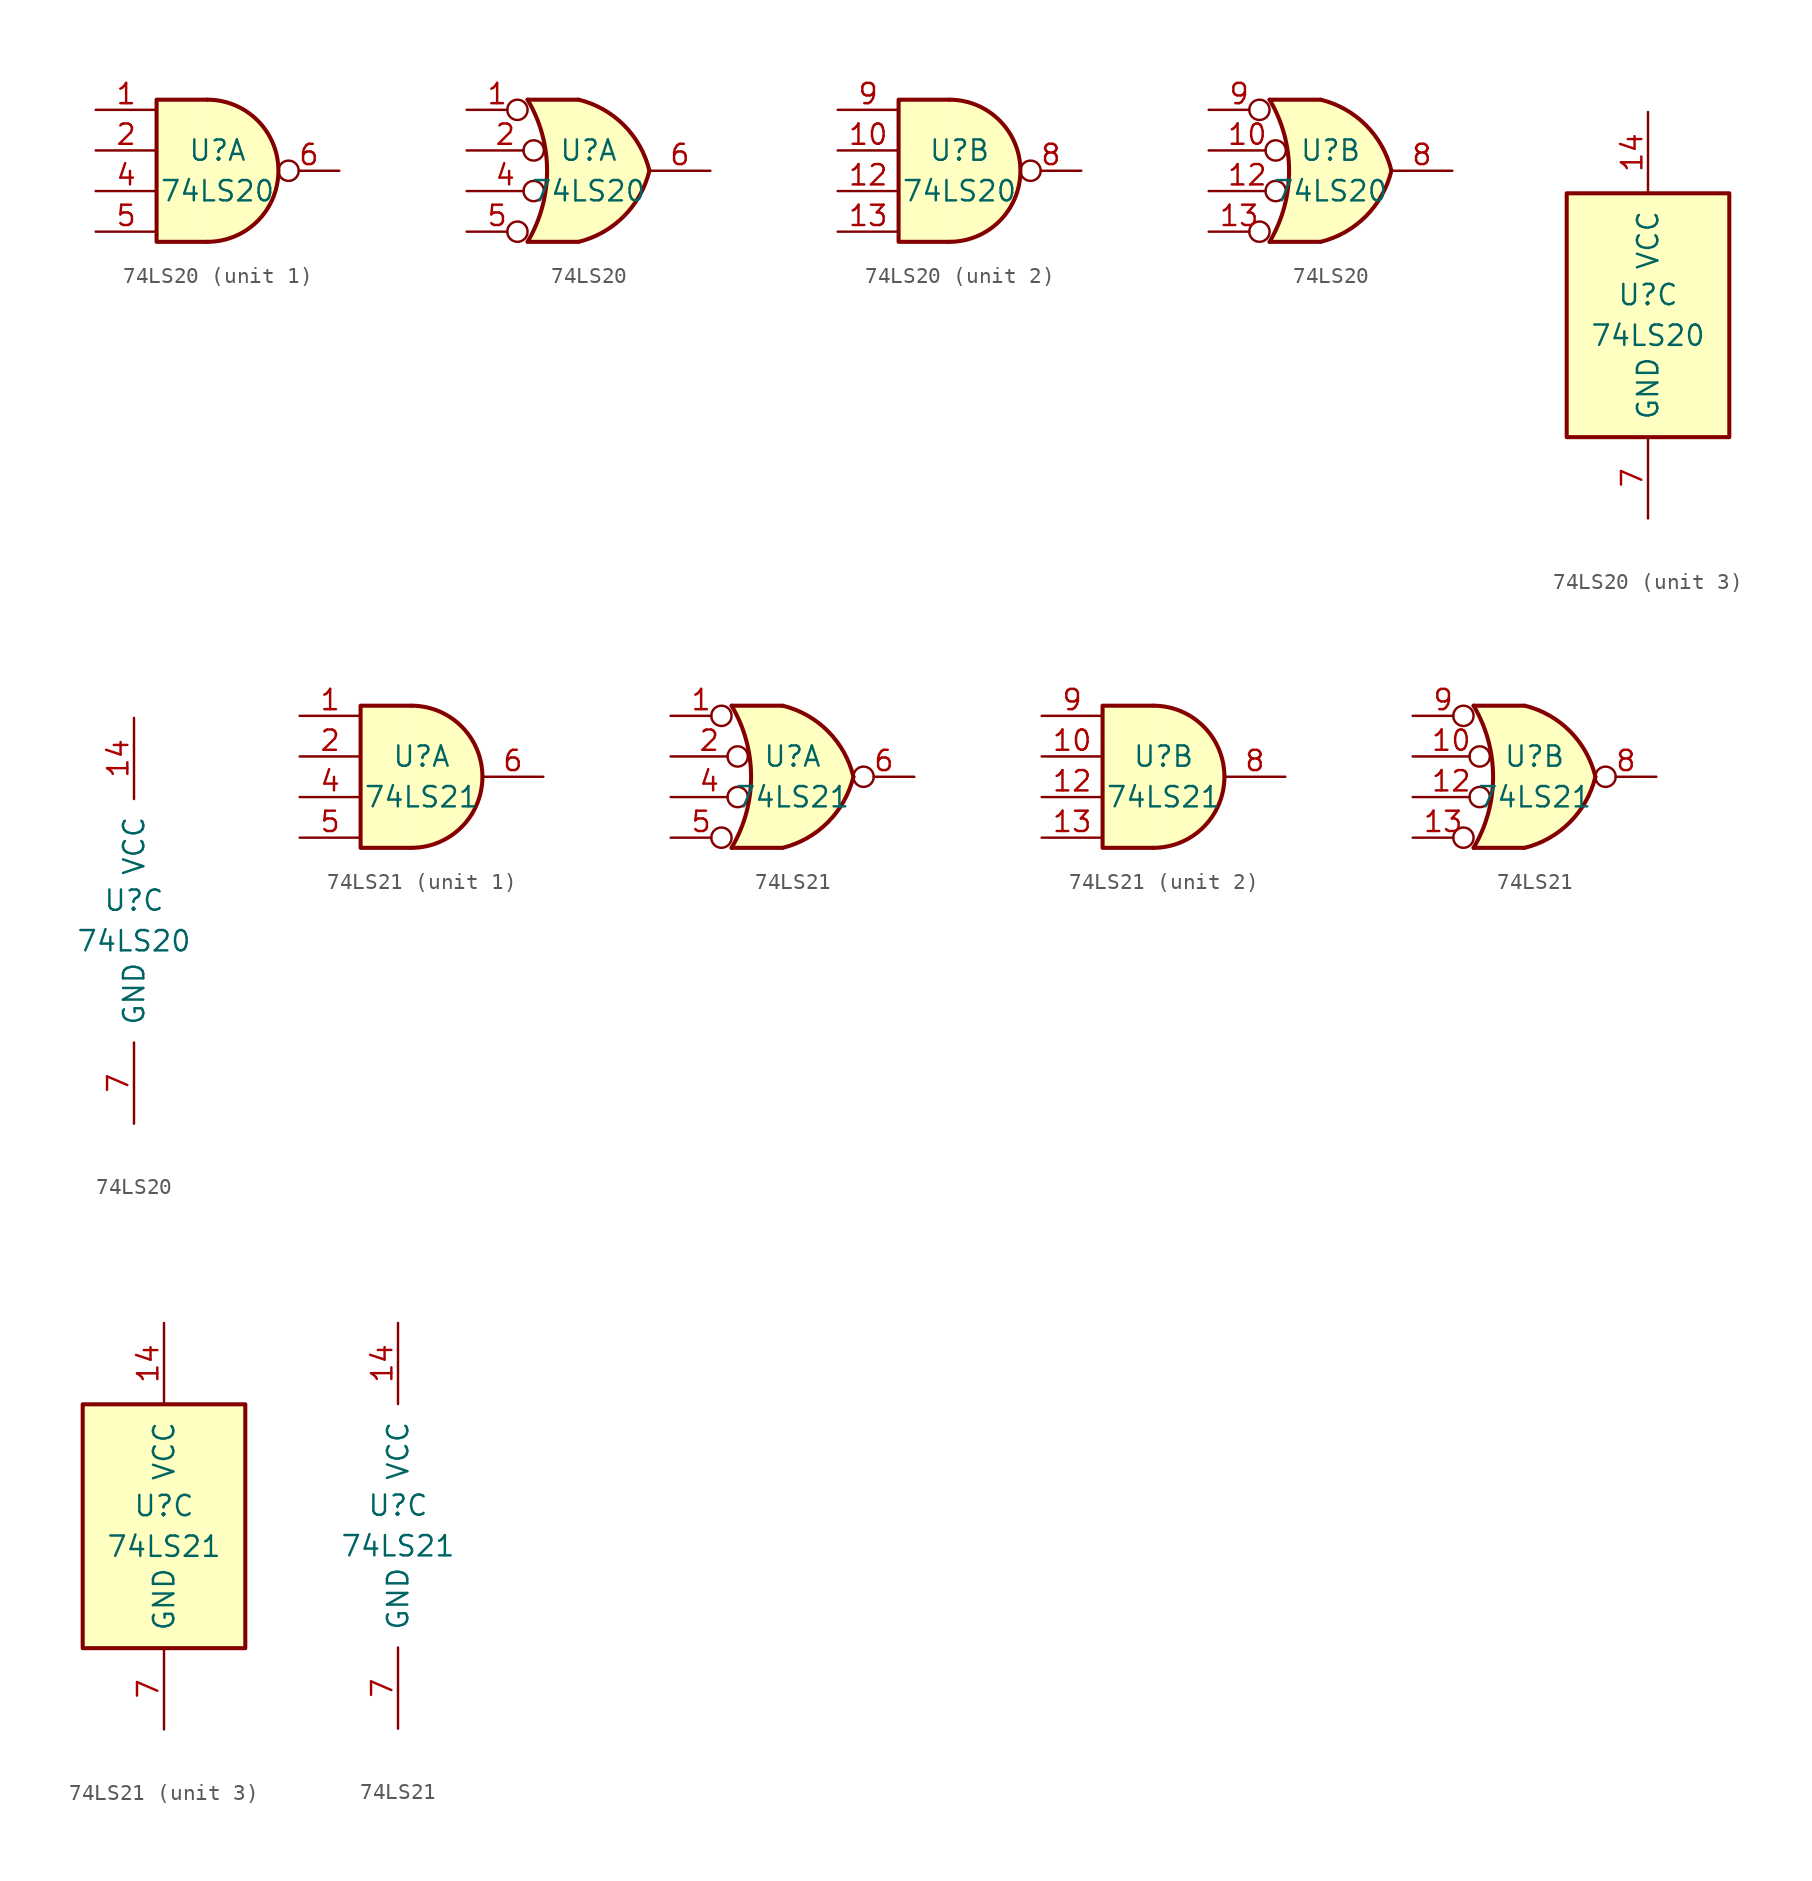
<source format=kicad_sym>
(kicad_symbol_lib
  (version 20201005)
  (generator kicad_symbol_editor)
  (symbol "74LS20"
    (pin_names
      (offset 1.016))
    (property "Reference" "U"
      (at 0 1.27 0)
      (effects (font (size 1.27 1.27))))
    (property "Value" "74LS20"
      (at 0 -1.27 0)
      (effects (font (size 1.27 1.27))))
    (property "ki_locked" ""
      (at 0 0 0)
      (effects (font (size 1.27 1.27))))
    (symbol "74LS20_1_1"
      (arc (start -0.635 -4.445) (end -0.635 4.445) (radius (at -0.635 0) (length 4.445) (angles -89.9 89.9)) (stroke (width 0.254)) (fill (type background)))
      (polyline (pts (xy -0.635 4.445) (xy -3.81 4.445) (xy -3.81 -4.445) (xy -0.635 -4.445)) (stroke (width 0.254)) (fill (type background)))
      (pin input line (at -7.62 3.81 0) (length 3.81) (name "~" (effects (font (size 1.27 1.27)))) (number "1" (effects (font (size 1.27 1.27)))))
      (pin input line (at -7.62 1.27 0) (length 3.81) (name "~" (effects (font (size 1.27 1.27)))) (number "2" (effects (font (size 1.27 1.27)))))
      (pin input line (at -7.62 -1.27 0) (length 3.81) (name "~" (effects (font (size 1.27 1.27)))) (number "4" (effects (font (size 1.27 1.27)))))
      (pin input line (at -7.62 -3.81 0) (length 3.81) (name "~" (effects (font (size 1.27 1.27)))) (number "5" (effects (font (size 1.27 1.27)))))
      (pin output inverted (at 7.62 0 180) (length 3.81) (name "~" (effects (font (size 1.27 1.27)))) (number "6" (effects (font (size 1.27 1.27))))))
    (symbol "74LS20_1_2"
      (arc (start -3.81 4.445) (end -3.81 -4.445) (radius (at -11.303 0) (length 8.7122) (angles 30.6 -30.6)) (stroke (width 0.254)) (fill (type none)))
      (arc (start 3.81 0) (end -0.6096 4.445) (radius (at -2.0574 -1.4224) (length 6.0452) (angles 13.7 76.8)) (stroke (width 0.254)) (fill (type background)))
      (arc (start 3.81 0) (end -0.6096 -4.445) (radius (at -2.0574 1.4224) (length 6.0452) (angles -13.7 -76.8)) (stroke (width 0.254)) (fill (type background)))
      (polyline (pts (xy -3.81 -4.445) (xy -0.635 -4.445)) (stroke (width 0.254)) (fill (type background)))
      (polyline (pts (xy -3.81 4.445) (xy -0.635 4.445)) (stroke (width 0.254)) (fill (type background)))
      (polyline (pts (xy -0.635 4.445) (xy -3.81 4.445) (xy -3.81 4.445) (xy -3.632 4.089) (xy -3.099 2.921) (xy -2.769 1.676) (xy -2.616 0.432) (xy -2.642 -0.864) (xy -2.87 -2.108) (xy -3.251 -3.327) (xy -3.81 -4.445) (xy -3.81 -4.445) (xy -0.635 -4.445)) (stroke (width -25.4)) (fill (type background)))
      (pin input inverted (at -7.62 3.81 0) (length 3.81) (name "~" (effects (font (size 1.27 1.27)))) (number "1" (effects (font (size 1.27 1.27)))))
      (pin input inverted (at -7.62 1.27 0) (length 4.826) (name "~" (effects (font (size 1.27 1.27)))) (number "2" (effects (font (size 1.27 1.27)))))
      (pin input inverted (at -7.62 -1.27 0) (length 4.826) (name "~" (effects (font (size 1.27 1.27)))) (number "4" (effects (font (size 1.27 1.27)))))
      (pin input inverted (at -7.62 -3.81 0) (length 3.81) (name "~" (effects (font (size 1.27 1.27)))) (number "5" (effects (font (size 1.27 1.27)))))
      (pin output line (at 7.62 0 180) (length 3.81) (name "~" (effects (font (size 1.27 1.27)))) (number "6" (effects (font (size 1.27 1.27))))))
    (symbol "74LS20_2_1"
      (arc (start -0.635 -4.445) (end -0.635 4.445) (radius (at -0.635 0) (length 4.445) (angles -89.9 89.9)) (stroke (width 0.254)) (fill (type background)))
      (polyline (pts (xy -0.635 4.445) (xy -3.81 4.445) (xy -3.81 -4.445) (xy -0.635 -4.445)) (stroke (width 0.254)) (fill (type background)))
      (pin input line (at -7.62 1.27 0) (length 3.81) (name "~" (effects (font (size 1.27 1.27)))) (number "10" (effects (font (size 1.27 1.27)))))
      (pin input line (at -7.62 -1.27 0) (length 3.81) (name "~" (effects (font (size 1.27 1.27)))) (number "12" (effects (font (size 1.27 1.27)))))
      (pin input line (at -7.62 -3.81 0) (length 3.81) (name "~" (effects (font (size 1.27 1.27)))) (number "13" (effects (font (size 1.27 1.27)))))
      (pin output inverted (at 7.62 0 180) (length 3.81) (name "~" (effects (font (size 1.27 1.27)))) (number "8" (effects (font (size 1.27 1.27)))))
      (pin input line (at -7.62 3.81 0) (length 3.81) (name "~" (effects (font (size 1.27 1.27)))) (number "9" (effects (font (size 1.27 1.27))))))
    (symbol "74LS20_2_2"
      (arc (start -3.81 4.445) (end -3.81 -4.445) (radius (at -11.303 0) (length 8.7122) (angles 30.6 -30.6)) (stroke (width 0.254)) (fill (type none)))
      (arc (start 3.81 0) (end -0.6096 4.445) (radius (at -2.0574 -1.4224) (length 6.0452) (angles 13.7 76.8)) (stroke (width 0.254)) (fill (type background)))
      (arc (start 3.81 0) (end -0.6096 -4.445) (radius (at -2.0574 1.4224) (length 6.0452) (angles -13.7 -76.8)) (stroke (width 0.254)) (fill (type background)))
      (polyline (pts (xy -3.81 -4.445) (xy -0.635 -4.445)) (stroke (width 0.254)) (fill (type background)))
      (polyline (pts (xy -3.81 4.445) (xy -0.635 4.445)) (stroke (width 0.254)) (fill (type background)))
      (polyline (pts (xy -0.635 4.445) (xy -3.81 4.445) (xy -3.81 4.445) (xy -3.632 4.089) (xy -3.099 2.921) (xy -2.769 1.676) (xy -2.616 0.432) (xy -2.642 -0.864) (xy -2.87 -2.108) (xy -3.251 -3.327) (xy -3.81 -4.445) (xy -3.81 -4.445) (xy -0.635 -4.445)) (stroke (width -25.4)) (fill (type background)))
      (pin input inverted (at -7.62 1.27 0) (length 4.826) (name "~" (effects (font (size 1.27 1.27)))) (number "10" (effects (font (size 1.27 1.27)))))
      (pin input inverted (at -7.62 -1.27 0) (length 4.826) (name "~" (effects (font (size 1.27 1.27)))) (number "12" (effects (font (size 1.27 1.27)))))
      (pin input inverted (at -7.62 -3.81 0) (length 3.81) (name "~" (effects (font (size 1.27 1.27)))) (number "13" (effects (font (size 1.27 1.27)))))
      (pin output line (at 7.62 0 180) (length 3.81) (name "~" (effects (font (size 1.27 1.27)))) (number "8" (effects (font (size 1.27 1.27)))))
      (pin input inverted (at -7.62 3.81 0) (length 3.81) (name "~" (effects (font (size 1.27 1.27)))) (number "9" (effects (font (size 1.27 1.27))))))
    (symbol "74LS20_3_0"
      (pin power_in line (at 0 12.7 270) (length 5.08) (name "VCC" (effects (font (size 1.27 1.27)))) (number "14" (effects (font (size 1.27 1.27)))))
      (pin power_in line (at 0 -12.7 90) (length 5.08) (name "GND" (effects (font (size 1.27 1.27)))) (number "7" (effects (font (size 1.27 1.27))))))
    (symbol "74LS20_3_1"
      (rectangle (start -5.08 7.62) (end 5.08 -7.62) (stroke (width 0.254)) (fill (type background)))))
  (symbol "74LS21"
    (pin_names
      (offset 1.016))
    (property "Reference" "U"
      (at 0 1.27 0)
      (effects (font (size 1.27 1.27))))
    (property "Value" "74LS21"
      (at 0 -1.27 0)
      (effects (font (size 1.27 1.27))))
    (property "ki_locked" ""
      (at 0 0 0)
      (effects (font (size 1.27 1.27))))
    (symbol "74LS21_1_1"
      (arc (start -0.635 -4.445) (end -0.635 4.445) (radius (at -0.635 0) (length 4.445) (angles -89.9 89.9)) (stroke (width 0.254)) (fill (type background)))
      (polyline (pts (xy -0.635 4.445) (xy -3.81 4.445) (xy -3.81 -4.445) (xy -0.635 -4.445)) (stroke (width 0.254)) (fill (type background)))
      (pin input line (at -7.62 3.81 0) (length 3.81) (name "~" (effects (font (size 1.27 1.27)))) (number "1" (effects (font (size 1.27 1.27)))))
      (pin input line (at -7.62 1.27 0) (length 3.81) (name "~" (effects (font (size 1.27 1.27)))) (number "2" (effects (font (size 1.27 1.27)))))
      (pin input line (at -7.62 -1.27 0) (length 3.81) (name "~" (effects (font (size 1.27 1.27)))) (number "4" (effects (font (size 1.27 1.27)))))
      (pin input line (at -7.62 -3.81 0) (length 3.81) (name "~" (effects (font (size 1.27 1.27)))) (number "5" (effects (font (size 1.27 1.27)))))
      (pin output line (at 7.62 0 180) (length 3.81) (name "~" (effects (font (size 1.27 1.27)))) (number "6" (effects (font (size 1.27 1.27))))))
    (symbol "74LS21_1_2"
      (arc (start -3.81 4.445) (end -3.81 -4.445) (radius (at -11.303 0) (length 8.7122) (angles 30.6 -30.6)) (stroke (width 0.254)) (fill (type none)))
      (arc (start 3.81 0) (end -0.6096 4.445) (radius (at -2.0574 -1.4224) (length 6.0452) (angles 13.7 76.8)) (stroke (width 0.254)) (fill (type background)))
      (arc (start 3.81 0) (end -0.6096 -4.445) (radius (at -2.0574 1.4224) (length 6.0452) (angles -13.7 -76.8)) (stroke (width 0.254)) (fill (type background)))
      (polyline (pts (xy -3.81 -4.445) (xy -0.635 -4.445)) (stroke (width 0.254)) (fill (type background)))
      (polyline (pts (xy -3.81 4.445) (xy -0.635 4.445)) (stroke (width 0.254)) (fill (type background)))
      (polyline (pts (xy -0.635 4.445) (xy -3.81 4.445) (xy -3.81 4.445) (xy -3.632 4.089) (xy -3.099 2.921) (xy -2.769 1.676) (xy -2.616 0.432) (xy -2.642 -0.864) (xy -2.87 -2.108) (xy -3.251 -3.327) (xy -3.81 -4.445) (xy -3.81 -4.445) (xy -0.635 -4.445)) (stroke (width -25.4)) (fill (type background)))
      (pin input inverted (at -7.62 3.81 0) (length 3.81) (name "~" (effects (font (size 1.27 1.27)))) (number "1" (effects (font (size 1.27 1.27)))))
      (pin input inverted (at -7.62 1.27 0) (length 4.826) (name "~" (effects (font (size 1.27 1.27)))) (number "2" (effects (font (size 1.27 1.27)))))
      (pin input inverted (at -7.62 -1.27 0) (length 4.826) (name "~" (effects (font (size 1.27 1.27)))) (number "4" (effects (font (size 1.27 1.27)))))
      (pin input inverted (at -7.62 -3.81 0) (length 3.81) (name "~" (effects (font (size 1.27 1.27)))) (number "5" (effects (font (size 1.27 1.27)))))
      (pin output inverted (at 7.62 0 180) (length 3.81) (name "~" (effects (font (size 1.27 1.27)))) (number "6" (effects (font (size 1.27 1.27))))))
    (symbol "74LS21_2_1"
      (arc (start -0.635 -4.445) (end -0.635 4.445) (radius (at -0.635 0) (length 4.445) (angles -89.9 89.9)) (stroke (width 0.254)) (fill (type background)))
      (polyline (pts (xy -0.635 4.445) (xy -3.81 4.445) (xy -3.81 -4.445) (xy -0.635 -4.445)) (stroke (width 0.254)) (fill (type background)))
      (pin input line (at -7.62 1.27 0) (length 3.81) (name "~" (effects (font (size 1.27 1.27)))) (number "10" (effects (font (size 1.27 1.27)))))
      (pin input line (at -7.62 -1.27 0) (length 3.81) (name "~" (effects (font (size 1.27 1.27)))) (number "12" (effects (font (size 1.27 1.27)))))
      (pin input line (at -7.62 -3.81 0) (length 3.81) (name "~" (effects (font (size 1.27 1.27)))) (number "13" (effects (font (size 1.27 1.27)))))
      (pin output line (at 7.62 0 180) (length 3.81) (name "~" (effects (font (size 1.27 1.27)))) (number "8" (effects (font (size 1.27 1.27)))))
      (pin input line (at -7.62 3.81 0) (length 3.81) (name "~" (effects (font (size 1.27 1.27)))) (number "9" (effects (font (size 1.27 1.27))))))
    (symbol "74LS21_2_2"
      (arc (start -3.81 4.445) (end -3.81 -4.445) (radius (at -11.303 0) (length 8.7122) (angles 30.6 -30.6)) (stroke (width 0.254)) (fill (type none)))
      (arc (start 3.81 0) (end -0.6096 4.445) (radius (at -2.0574 -1.4224) (length 6.0452) (angles 13.7 76.8)) (stroke (width 0.254)) (fill (type background)))
      (arc (start 3.81 0) (end -0.6096 -4.445) (radius (at -2.0574 1.4224) (length 6.0452) (angles -13.7 -76.8)) (stroke (width 0.254)) (fill (type background)))
      (polyline (pts (xy -3.81 -4.445) (xy -0.635 -4.445)) (stroke (width 0.254)) (fill (type background)))
      (polyline (pts (xy -3.81 4.445) (xy -0.635 4.445)) (stroke (width 0.254)) (fill (type background)))
      (polyline (pts (xy -0.635 4.445) (xy -3.81 4.445) (xy -3.81 4.445) (xy -3.632 4.089) (xy -3.099 2.921) (xy -2.769 1.676) (xy -2.616 0.432) (xy -2.642 -0.864) (xy -2.87 -2.108) (xy -3.251 -3.327) (xy -3.81 -4.445) (xy -3.81 -4.445) (xy -0.635 -4.445)) (stroke (width -25.4)) (fill (type background)))
      (pin input inverted (at -7.62 1.27 0) (length 4.826) (name "~" (effects (font (size 1.27 1.27)))) (number "10" (effects (font (size 1.27 1.27)))))
      (pin input inverted (at -7.62 -1.27 0) (length 4.826) (name "~" (effects (font (size 1.27 1.27)))) (number "12" (effects (font (size 1.27 1.27)))))
      (pin input inverted (at -7.62 -3.81 0) (length 3.81) (name "~" (effects (font (size 1.27 1.27)))) (number "13" (effects (font (size 1.27 1.27)))))
      (pin output inverted (at 7.62 0 180) (length 3.81) (name "~" (effects (font (size 1.27 1.27)))) (number "8" (effects (font (size 1.27 1.27)))))
      (pin input inverted (at -7.62 3.81 0) (length 3.81) (name "~" (effects (font (size 1.27 1.27)))) (number "9" (effects (font (size 1.27 1.27))))))
    (symbol "74LS21_3_0"
      (pin power_in line (at 0 12.7 270) (length 5.08) (name "VCC" (effects (font (size 1.27 1.27)))) (number "14" (effects (font (size 1.27 1.27)))))
      (pin power_in line (at 0 -12.7 90) (length 5.08) (name "GND" (effects (font (size 1.27 1.27)))) (number "7" (effects (font (size 1.27 1.27))))))
    (symbol "74LS21_3_1"
      (rectangle (start -5.08 7.62) (end 5.08 -7.62) (stroke (width 0.254)) (fill (type background))))))
</source>
